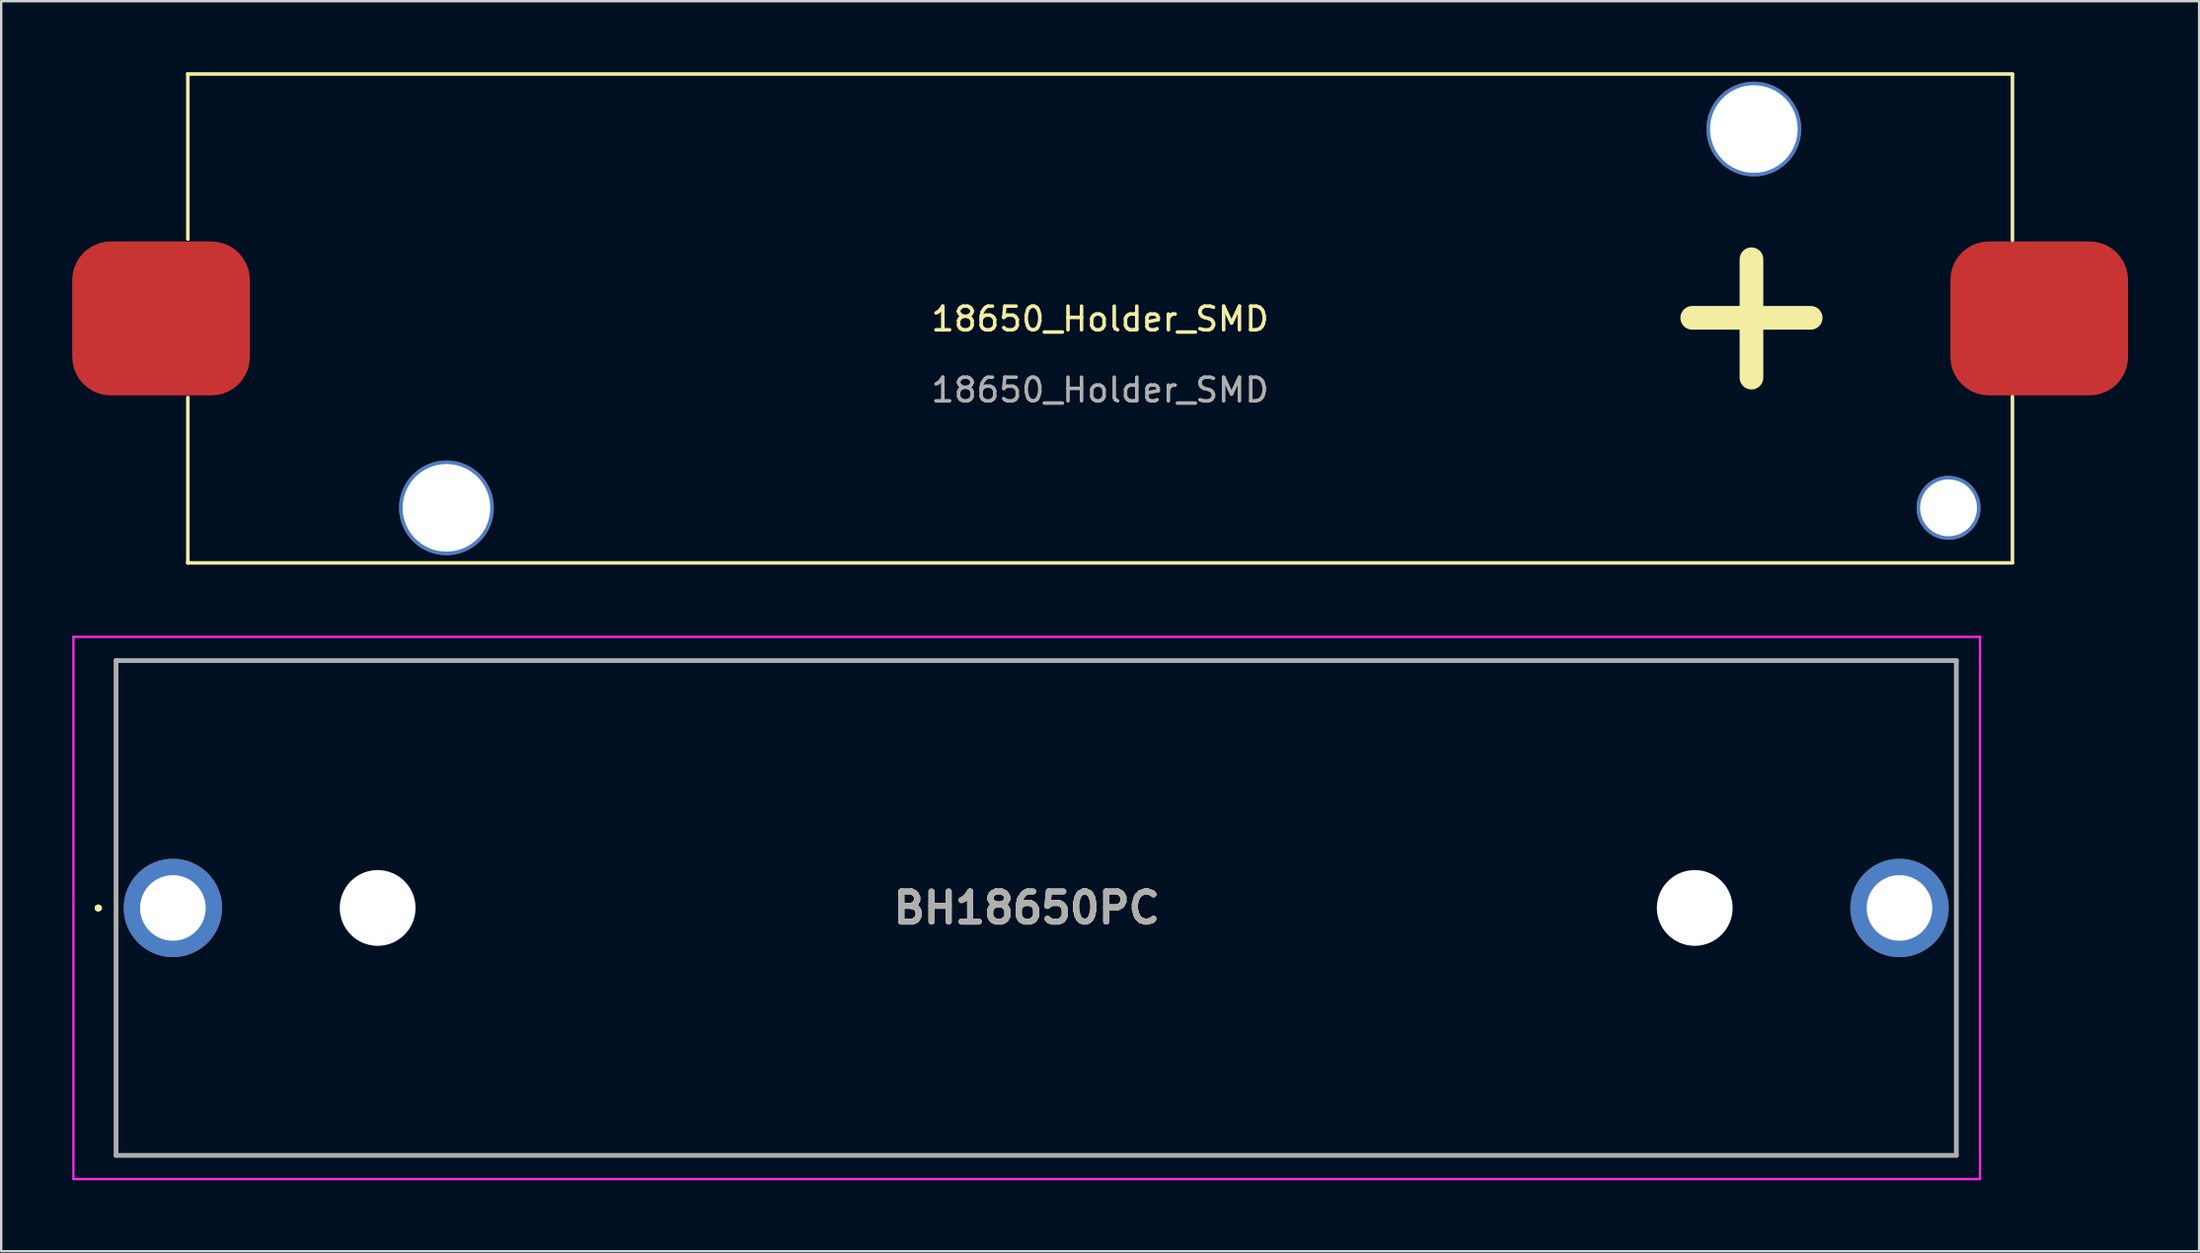
<source format=kicad_pcb>
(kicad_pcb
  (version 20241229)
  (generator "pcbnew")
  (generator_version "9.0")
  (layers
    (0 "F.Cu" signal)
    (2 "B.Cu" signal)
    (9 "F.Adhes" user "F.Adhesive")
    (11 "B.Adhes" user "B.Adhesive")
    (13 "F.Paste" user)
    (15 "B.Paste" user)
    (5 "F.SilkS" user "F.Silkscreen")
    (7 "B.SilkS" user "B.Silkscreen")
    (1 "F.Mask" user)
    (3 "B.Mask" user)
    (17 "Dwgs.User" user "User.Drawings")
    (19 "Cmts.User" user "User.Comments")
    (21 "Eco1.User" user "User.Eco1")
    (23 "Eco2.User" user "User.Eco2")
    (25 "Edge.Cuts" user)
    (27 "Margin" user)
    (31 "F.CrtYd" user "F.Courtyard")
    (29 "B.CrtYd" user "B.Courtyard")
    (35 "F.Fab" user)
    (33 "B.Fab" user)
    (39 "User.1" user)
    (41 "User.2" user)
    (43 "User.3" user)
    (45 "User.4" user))
  (footprint "BH18650PC"
    (layer "F.Cu")
    (at 4.25 35.3)
    (property "Reference" "BH18650PC" (at 36.05 0 0) (layer "F.SilkS") (effects (font (size 1.27 1.27) (thickness 0.254))))
    (attr through_hole)
    (fp_line (start -3.2 0) (end -3.2 0) (stroke (width 0.2) (type solid)) (layer "F.SilkS"))
    (fp_line (start -3.2 0) (end -3.2 0) (stroke (width 0.2) (type solid)) (layer "F.SilkS"))
    (fp_line (start -3.1 0) (end -3.1 0) (stroke (width 0.2) (type solid)) (layer "F.SilkS"))
    (fp_line (start -2.4 -10.45) (end 75.3 -10.45) (stroke (width 0.1) (type solid)) (layer "F.SilkS"))
    (fp_line (start -2.4 10.45) (end -2.4 -10.45) (stroke (width 0.1) (type solid)) (layer "F.SilkS"))
    (fp_line (start 75.3 -10.45) (end 75.3 10.45) (stroke (width 0.1) (type solid)) (layer "F.SilkS"))
    (fp_line (start 75.3 10.45) (end -2.4 10.45) (stroke (width 0.1) (type solid)) (layer "F.SilkS"))
    (fp_arc (start -3.2 0) (mid -3.15 -0.05) (end -3.1 0) (stroke (width 0.2) (type solid)) (layer "F.SilkS"))
    (fp_arc (start -3.1 0) (mid -3.15 0.05) (end -3.2 0) (stroke (width 0.2) (type solid)) (layer "F.SilkS"))
    (fp_arc (start -3.1 0) (mid -3.15 0.05) (end -3.2 0) (stroke (width 0.2) (type solid)) (layer "F.SilkS"))
    (fp_line (start -4.2 -11.45) (end 76.3 -11.45) (stroke (width 0.1) (type solid)) (layer "F.CrtYd"))
    (fp_line (start -4.2 11.45) (end -4.2 -11.45) (stroke (width 0.1) (type solid)) (layer "F.CrtYd"))
    (fp_line (start 76.3 -11.45) (end 76.3 11.45) (stroke (width 0.1) (type solid)) (layer "F.CrtYd"))
    (fp_line (start 76.3 11.45) (end -4.2 11.45) (stroke (width 0.1) (type solid)) (layer "F.CrtYd"))
    (fp_line (start -2.4 -10.45) (end -2.4 10.45) (stroke (width 0.2) (type solid)) (layer "F.Fab"))
    (fp_line (start -2.4 10.45) (end 75.3 10.45) (stroke (width 0.2) (type solid)) (layer "F.Fab"))
    (fp_line (start 75.3 -10.45) (end -2.4 -10.45) (stroke (width 0.2) (type solid)) (layer "F.Fab"))
    (fp_line (start 75.3 10.45) (end 75.3 -10.45) (stroke (width 0.2) (type solid)) (layer "F.Fab"))
    (fp_text user "${REFERENCE}" (at 36.05 0 0) (layer "F.Fab") (effects (font (size 1.27 1.27) (thickness 0.254))))
    (pad "" np_thru_hole circle (at 8.645 0) (size 3.2 3.2) (drill 3.2) (layers "*.Cu" "*.Mask"))
    (pad "" np_thru_hole circle (at 64.255 0) (size 3.2 3.2) (drill 3.2) (layers "*.Cu" "*.Mask"))
    (pad "1" thru_hole circle (at 0 0) (size 4.155 4.155) (drill 2.77) (layers "*.Cu" "*.Mask"))
    (pad "2" thru_hole circle (at 72.9 0) (size 4.155 4.155) (drill 2.77) (layers "*.Cu" "*.Mask")))
  (footprint "18650_Holder_SMD"
    (layer "F.Cu")
    (at 43.4 10.925)
    (property "Reference" "18650_Holder_SMD" (at 0 -0.5 0) (unlocked yes) (layer "F.SilkS") (effects (font (size 1 1) (thickness 0.15))))
    (attr smd)
    (fp_line (start -38.525 -10.85) (end 38.525 -10.85) (stroke (width 0.15) (type solid)) (layer "F.SilkS"))
    (fp_line (start -38.525 9.8) (end 38.525 9.8) (stroke (width 0.15) (type solid)) (layer "F.SilkS"))
    (fp_line (start -38.519 -3.878) (end -38.519 -10.85) (stroke (width 0.15) (type solid)) (layer "F.SilkS"))
    (fp_line (start -38.519 9.8) (end -38.519 2.815) (stroke (width 0.15) (type solid)) (layer "F.SilkS"))
    (fp_line (start 27.5 -3.025) (end 27.5 1.975) (stroke (width 1) (type solid)) (layer "F.SilkS"))
    (fp_line (start 30 -0.55) (end 25 -0.55) (stroke (width 1) (type solid)) (layer "F.SilkS"))
    (fp_line (start 38.519 -10.837) (end 38.519 -3.827) (stroke (width 0.15) (type solid)) (layer "F.SilkS"))
    (fp_line (start 38.519 9.787) (end 38.519 2.777) (stroke (width 0.15) (type solid)) (layer "F.SilkS"))
    (fp_text user "${REFERENCE}" (at 0 2.5 0) (unlocked yes) (layer "F.Fab") (effects (font (size 1 1) (thickness 0.15))))
    (pad "" thru_hole circle (at -27.6 7.475) (size 4 4) (drill 3.7) (layers "*.Cu" "*.Mask"))
    (pad "" thru_hole circle (at 27.6 -8.525) (size 4 4) (drill 3.7) (layers "*.Cu" "*.Mask"))
    (pad "" thru_hole circle (at 35.82 7.475) (size 2.7 2.7) (drill 2.4) (layers "*.Cu" "*.Mask"))
    (pad "1" smd roundrect (at 39.65 -0.525) (size 7.5 6.5) (layers "F.Cu" "F.Mask" "F.Paste") (roundrect_rratio 0.25))
    (pad "2" smd roundrect (at -39.65 -0.525) (size 7.5 6.5) (layers "F.Cu" "F.Mask" "F.Paste") (roundrect_rratio 0.25)))
  (gr_rect
    (start -3 -3)
    (end 89.8 49.8)
    (stroke (width 0.1) (type default))
    (fill no)
    (layer "Edge.Cuts")))
</source>
